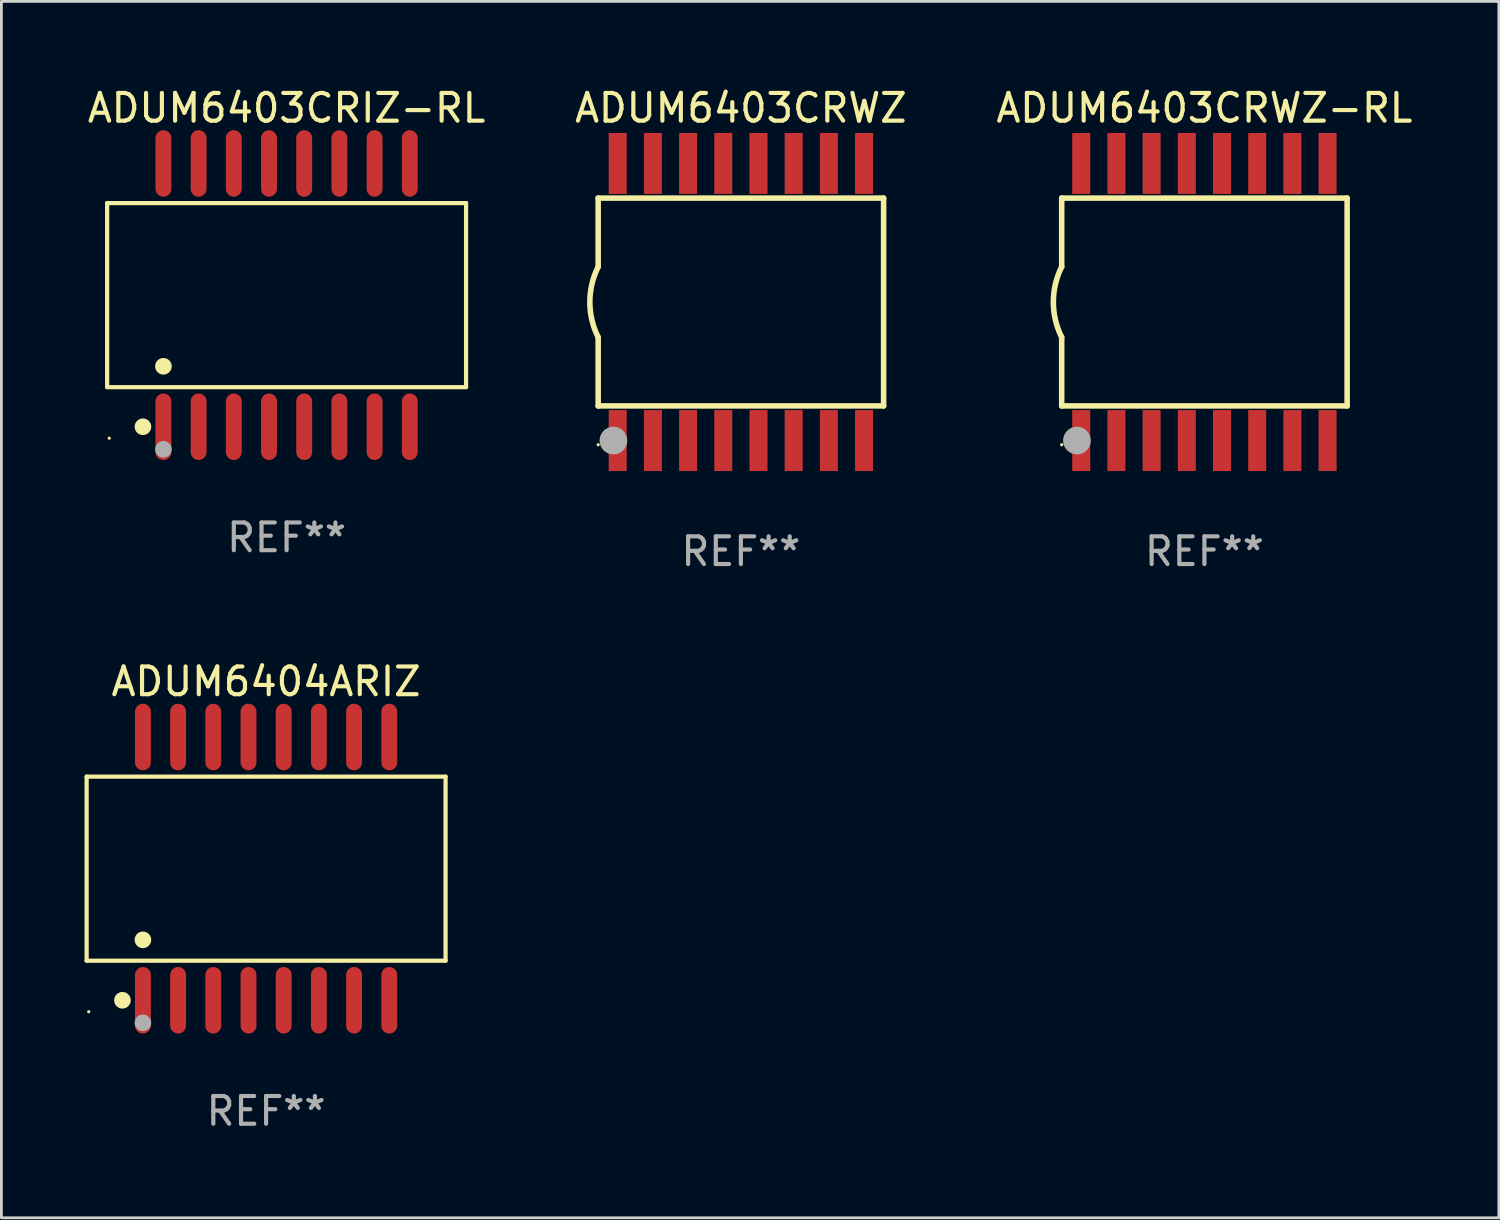
<source format=kicad_pcb>
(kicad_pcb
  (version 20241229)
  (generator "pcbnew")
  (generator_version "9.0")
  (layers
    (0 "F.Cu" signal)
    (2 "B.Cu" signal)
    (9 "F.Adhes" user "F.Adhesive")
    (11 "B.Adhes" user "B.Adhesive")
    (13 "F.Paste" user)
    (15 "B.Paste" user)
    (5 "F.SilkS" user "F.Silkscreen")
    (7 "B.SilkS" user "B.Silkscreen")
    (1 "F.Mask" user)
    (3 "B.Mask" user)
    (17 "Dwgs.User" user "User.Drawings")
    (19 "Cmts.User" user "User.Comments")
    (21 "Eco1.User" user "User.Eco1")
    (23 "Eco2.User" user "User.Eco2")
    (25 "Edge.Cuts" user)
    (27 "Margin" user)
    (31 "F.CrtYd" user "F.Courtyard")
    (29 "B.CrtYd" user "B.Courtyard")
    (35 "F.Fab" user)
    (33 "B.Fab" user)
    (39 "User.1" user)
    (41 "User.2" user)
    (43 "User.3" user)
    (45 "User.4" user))
  (footprint "ADUM6403CRIZ-RL"
    (layer "F.Cu")
    (at 7.292 7.599)
    (property "Reference" "ADUM6403CRIZ-RL" (at 0 -6.75 0) (layer "F.SilkS") (effects (font (size 1 1) (thickness 0.15))))
    (attr through_hole)
    (fp_line (start -6.476 -3.321) (end 6.476 -3.321) (stroke (width 0.152) (type solid)) (layer "F.SilkS"))
    (fp_line (start -6.476 3.321) (end -6.476 -3.321) (stroke (width 0.152) (type solid)) (layer "F.SilkS"))
    (fp_line (start 6.476 -3.321) (end 6.476 3.321) (stroke (width 0.152) (type solid)) (layer "F.SilkS"))
    (fp_line (start 6.476 3.321) (end -6.476 3.321) (stroke (width 0.152) (type solid)) (layer "F.SilkS"))
    (fp_circle (center -6.4 5.163) (end -6.37 5.163) (stroke (width 0.06) (type solid)) (fill no) (layer "F.SilkS"))
    (fp_circle (center -5.184 4.75) (end -5.034 4.75) (stroke (width 0.3) (type solid)) (fill no) (layer "F.SilkS"))
    (fp_circle (center -4.445 2.569) (end -4.295 2.569) (stroke (width 0.3) (type solid)) (fill no) (layer "F.SilkS"))
    (fp_circle (center -4.445 5.563) (end -4.295 5.563) (stroke (width 0.3) (type solid)) (fill no) (layer "F.Fab"))
    (fp_text user "REF**" (at 0 8.75 0) (layer "F.Fab") (effects (font (size 1 1) (thickness 0.15))))
    (pad "1" smd oval (at -4.445 4.75) (size 0.574 2.401) (layers "F.Cu" "F.Mask" "F.Paste"))
    (pad "2" smd oval (at -3.175 4.75) (size 0.574 2.401) (layers "F.Cu" "F.Mask" "F.Paste"))
    (pad "3" smd oval (at -1.905 4.75) (size 0.574 2.401) (layers "F.Cu" "F.Mask" "F.Paste"))
    (pad "4" smd oval (at -0.635 4.75) (size 0.574 2.401) (layers "F.Cu" "F.Mask" "F.Paste"))
    (pad "5" smd oval (at 0.635 4.75) (size 0.574 2.401) (layers "F.Cu" "F.Mask" "F.Paste"))
    (pad "6" smd oval (at 1.905 4.75) (size 0.574 2.401) (layers "F.Cu" "F.Mask" "F.Paste"))
    (pad "7" smd oval (at 3.175 4.75) (size 0.574 2.401) (layers "F.Cu" "F.Mask" "F.Paste"))
    (pad "8" smd oval (at 4.445 4.75) (size 0.574 2.401) (layers "F.Cu" "F.Mask" "F.Paste"))
    (pad "9" smd oval (at 4.445 -4.75) (size 0.574 2.401) (layers "F.Cu" "F.Mask" "F.Paste"))
    (pad "10" smd oval (at 3.175 -4.75) (size 0.574 2.401) (layers "F.Cu" "F.Mask" "F.Paste"))
    (pad "11" smd oval (at 1.905 -4.75) (size 0.574 2.401) (layers "F.Cu" "F.Mask" "F.Paste"))
    (pad "12" smd oval (at 0.635 -4.75) (size 0.574 2.401) (layers "F.Cu" "F.Mask" "F.Paste"))
    (pad "13" smd oval (at -0.635 -4.75) (size 0.574 2.401) (layers "F.Cu" "F.Mask" "F.Paste"))
    (pad "14" smd oval (at -1.905 -4.75) (size 0.574 2.401) (layers "F.Cu" "F.Mask" "F.Paste"))
    (pad "15" smd oval (at -3.175 -4.75) (size 0.574 2.401) (layers "F.Cu" "F.Mask" "F.Paste"))
    (pad "16" smd oval (at -4.445 -4.75) (size 0.574 2.401) (layers "F.Cu" "F.Mask" "F.Paste")))
  (footprint "ADUM6403CRWZ-RL"
    (layer "F.Cu")
    (at 40.411 7.848)
    (property "Reference" "ADUM6403CRWZ-RL" (at 0 -7 0) (layer "F.SilkS") (effects (font (size 1 1) (thickness 0.15))))
    (attr through_hole)
    (fp_line (start -5.15 -3.75) (end -5.15 -1.27) (stroke (width 0.2) (type solid)) (layer "F.SilkS"))
    (fp_line (start -5.15 -3.75) (end 5.15 -3.75) (stroke (width 0.2) (type solid)) (layer "F.SilkS"))
    (fp_line (start -5.15 3.75) (end -5.15 1.27) (stroke (width 0.2) (type solid)) (layer "F.SilkS"))
    (fp_line (start 5.15 -3.75) (end 5.15 3.75) (stroke (width 0.2) (type solid)) (layer "F.SilkS"))
    (fp_line (start 5.15 3.75) (end -5.15 3.75) (stroke (width 0.2) (type solid)) (layer "F.SilkS"))
    (fp_arc (start -5.151131 1.270003) (mid -5.450556 -0.000132) (end -5.150013 -1.270003) (stroke (width 0.2) (type solid)) (layer "F.SilkS"))
    (fp_circle (center -5.15 5.15) (end -5.12 5.15) (stroke (width 0.06) (type solid)) (fill no) (layer "F.SilkS"))
    (fp_circle (center -4.6 5) (end -4.35 5) (stroke (width 0.5) (type solid)) (fill no) (layer "F.Fab"))
    (fp_text user "REF**" (at 0 9 0) (layer "F.Fab") (effects (font (size 1 1) (thickness 0.15))))
    (pad "1" smd rect (at -4.445 5) (size 0.65 2.2) (layers "F.Cu" "F.Mask" "F.Paste"))
    (pad "2" smd rect (at -3.175 5) (size 0.65 2.2) (layers "F.Cu" "F.Mask" "F.Paste"))
    (pad "3" smd rect (at -1.905 5) (size 0.65 2.2) (layers "F.Cu" "F.Mask" "F.Paste"))
    (pad "4" smd rect (at -0.635 5) (size 0.65 2.2) (layers "F.Cu" "F.Mask" "F.Paste"))
    (pad "5" smd rect (at 0.635 5) (size 0.65 2.2) (layers "F.Cu" "F.Mask" "F.Paste"))
    (pad "6" smd rect (at 1.905 5) (size 0.65 2.2) (layers "F.Cu" "F.Mask" "F.Paste"))
    (pad "7" smd rect (at 3.175 5) (size 0.65 2.2) (layers "F.Cu" "F.Mask" "F.Paste"))
    (pad "8" smd rect (at 4.445 5) (size 0.65 2.2) (layers "F.Cu" "F.Mask" "F.Paste"))
    (pad "9" smd rect (at 4.445 -5) (size 0.65 2.2) (layers "F.Cu" "F.Mask" "F.Paste"))
    (pad "10" smd rect (at 3.175 -5) (size 0.65 2.2) (layers "F.Cu" "F.Mask" "F.Paste"))
    (pad "11" smd rect (at 1.905 -5) (size 0.65 2.2) (layers "F.Cu" "F.Mask" "F.Paste"))
    (pad "12" smd rect (at 0.635 -5) (size 0.65 2.2) (layers "F.Cu" "F.Mask" "F.Paste"))
    (pad "13" smd rect (at -0.635 -5) (size 0.65 2.2) (layers "F.Cu" "F.Mask" "F.Paste"))
    (pad "14" smd rect (at -1.905 -5) (size 0.65 2.2) (layers "F.Cu" "F.Mask" "F.Paste"))
    (pad "15" smd rect (at -3.175 -5) (size 0.65 2.2) (layers "F.Cu" "F.Mask" "F.Paste"))
    (pad "16" smd rect (at -4.445 -5) (size 0.65 2.2) (layers "F.Cu" "F.Mask" "F.Paste")))
  (footprint "ADUM6403CRWZ"
    (layer "F.Cu")
    (at 23.685 7.848)
    (property "Reference" "ADUM6403CRWZ" (at 0 -7 0) (layer "F.SilkS") (effects (font (size 1 1) (thickness 0.15))))
    (attr through_hole)
    (fp_line (start -5.15 -3.75) (end -5.15 -1.27) (stroke (width 0.2) (type solid)) (layer "F.SilkS"))
    (fp_line (start -5.15 -3.75) (end 5.15 -3.75) (stroke (width 0.2) (type solid)) (layer "F.SilkS"))
    (fp_line (start -5.15 3.75) (end -5.15 1.27) (stroke (width 0.2) (type solid)) (layer "F.SilkS"))
    (fp_line (start 5.15 -3.75) (end 5.15 3.75) (stroke (width 0.2) (type solid)) (layer "F.SilkS"))
    (fp_line (start 5.15 3.75) (end -5.15 3.75) (stroke (width 0.2) (type solid)) (layer "F.SilkS"))
    (fp_arc (start -5.151131 1.270003) (mid -5.450556 -0.000132) (end -5.150013 -1.270003) (stroke (width 0.2) (type solid)) (layer "F.SilkS"))
    (fp_circle (center -5.15 5.15) (end -5.12 5.15) (stroke (width 0.06) (type solid)) (fill no) (layer "F.SilkS"))
    (fp_circle (center -4.6 5) (end -4.35 5) (stroke (width 0.5) (type solid)) (fill no) (layer "F.Fab"))
    (fp_text user "REF**" (at 0 9 0) (layer "F.Fab") (effects (font (size 1 1) (thickness 0.15))))
    (pad "1" smd rect (at -4.445 5) (size 0.65 2.2) (layers "F.Cu" "F.Mask" "F.Paste"))
    (pad "2" smd rect (at -3.175 5) (size 0.65 2.2) (layers "F.Cu" "F.Mask" "F.Paste"))
    (pad "3" smd rect (at -1.905 5) (size 0.65 2.2) (layers "F.Cu" "F.Mask" "F.Paste"))
    (pad "4" smd rect (at -0.635 5) (size 0.65 2.2) (layers "F.Cu" "F.Mask" "F.Paste"))
    (pad "5" smd rect (at 0.635 5) (size 0.65 2.2) (layers "F.Cu" "F.Mask" "F.Paste"))
    (pad "6" smd rect (at 1.905 5) (size 0.65 2.2) (layers "F.Cu" "F.Mask" "F.Paste"))
    (pad "7" smd rect (at 3.175 5) (size 0.65 2.2) (layers "F.Cu" "F.Mask" "F.Paste"))
    (pad "8" smd rect (at 4.445 5) (size 0.65 2.2) (layers "F.Cu" "F.Mask" "F.Paste"))
    (pad "9" smd rect (at 4.445 -5) (size 0.65 2.2) (layers "F.Cu" "F.Mask" "F.Paste"))
    (pad "10" smd rect (at 3.175 -5) (size 0.65 2.2) (layers "F.Cu" "F.Mask" "F.Paste"))
    (pad "11" smd rect (at 1.905 -5) (size 0.65 2.2) (layers "F.Cu" "F.Mask" "F.Paste"))
    (pad "12" smd rect (at 0.635 -5) (size 0.65 2.2) (layers "F.Cu" "F.Mask" "F.Paste"))
    (pad "13" smd rect (at -0.635 -5) (size 0.65 2.2) (layers "F.Cu" "F.Mask" "F.Paste"))
    (pad "14" smd rect (at -1.905 -5) (size 0.65 2.2) (layers "F.Cu" "F.Mask" "F.Paste"))
    (pad "15" smd rect (at -3.175 -5) (size 0.65 2.2) (layers "F.Cu" "F.Mask" "F.Paste"))
    (pad "16" smd rect (at -4.445 -5) (size 0.65 2.2) (layers "F.Cu" "F.Mask" "F.Paste")))
  (footprint "ADUM6404ARIZ"
    (layer "F.Cu")
    (at 6.552 28.295)
    (property "Reference" "ADUM6404ARIZ" (at 0 -6.75 0) (layer "F.SilkS") (effects (font (size 1 1) (thickness 0.15))))
    (attr through_hole)
    (fp_line (start -6.476 -3.321) (end 6.476 -3.321) (stroke (width 0.152) (type solid)) (layer "F.SilkS"))
    (fp_line (start -6.476 3.321) (end -6.476 -3.321) (stroke (width 0.152) (type solid)) (layer "F.SilkS"))
    (fp_line (start 6.476 -3.321) (end 6.476 3.321) (stroke (width 0.152) (type solid)) (layer "F.SilkS"))
    (fp_line (start 6.476 3.321) (end -6.476 3.321) (stroke (width 0.152) (type solid)) (layer "F.SilkS"))
    (fp_circle (center -6.4 5.163) (end -6.37 5.163) (stroke (width 0.06) (type solid)) (fill no) (layer "F.SilkS"))
    (fp_circle (center -5.184 4.75) (end -5.034 4.75) (stroke (width 0.3) (type solid)) (fill no) (layer "F.SilkS"))
    (fp_circle (center -4.445 2.569) (end -4.295 2.569) (stroke (width 0.3) (type solid)) (fill no) (layer "F.SilkS"))
    (fp_circle (center -4.445 5.563) (end -4.295 5.563) (stroke (width 0.3) (type solid)) (fill no) (layer "F.Fab"))
    (fp_text user "REF**" (at 0 8.75 0) (layer "F.Fab") (effects (font (size 1 1) (thickness 0.15))))
    (pad "1" smd oval (at -4.445 4.75) (size 0.574 2.401) (layers "F.Cu" "F.Mask" "F.Paste"))
    (pad "2" smd oval (at -3.175 4.75) (size 0.574 2.401) (layers "F.Cu" "F.Mask" "F.Paste"))
    (pad "3" smd oval (at -1.905 4.75) (size 0.574 2.401) (layers "F.Cu" "F.Mask" "F.Paste"))
    (pad "4" smd oval (at -0.635 4.75) (size 0.574 2.401) (layers "F.Cu" "F.Mask" "F.Paste"))
    (pad "5" smd oval (at 0.635 4.75) (size 0.574 2.401) (layers "F.Cu" "F.Mask" "F.Paste"))
    (pad "6" smd oval (at 1.905 4.75) (size 0.574 2.401) (layers "F.Cu" "F.Mask" "F.Paste"))
    (pad "7" smd oval (at 3.175 4.75) (size 0.574 2.401) (layers "F.Cu" "F.Mask" "F.Paste"))
    (pad "8" smd oval (at 4.445 4.75) (size 0.574 2.401) (layers "F.Cu" "F.Mask" "F.Paste"))
    (pad "9" smd oval (at 4.445 -4.75) (size 0.574 2.401) (layers "F.Cu" "F.Mask" "F.Paste"))
    (pad "10" smd oval (at 3.175 -4.75) (size 0.574 2.401) (layers "F.Cu" "F.Mask" "F.Paste"))
    (pad "11" smd oval (at 1.905 -4.75) (size 0.574 2.401) (layers "F.Cu" "F.Mask" "F.Paste"))
    (pad "12" smd oval (at 0.635 -4.75) (size 0.574 2.401) (layers "F.Cu" "F.Mask" "F.Paste"))
    (pad "13" smd oval (at -0.635 -4.75) (size 0.574 2.401) (layers "F.Cu" "F.Mask" "F.Paste"))
    (pad "14" smd oval (at -1.905 -4.75) (size 0.574 2.401) (layers "F.Cu" "F.Mask" "F.Paste"))
    (pad "15" smd oval (at -3.175 -4.75) (size 0.574 2.401) (layers "F.Cu" "F.Mask" "F.Paste"))
    (pad "16" smd oval (at -4.445 -4.75) (size 0.574 2.401) (layers "F.Cu" "F.Mask" "F.Paste")))
  (gr_rect
    (start -3 -3)
    (end 51.036 40.894)
    (stroke (width 0.1) (type default))
    (fill no)
    (layer "Edge.Cuts")))
</source>
